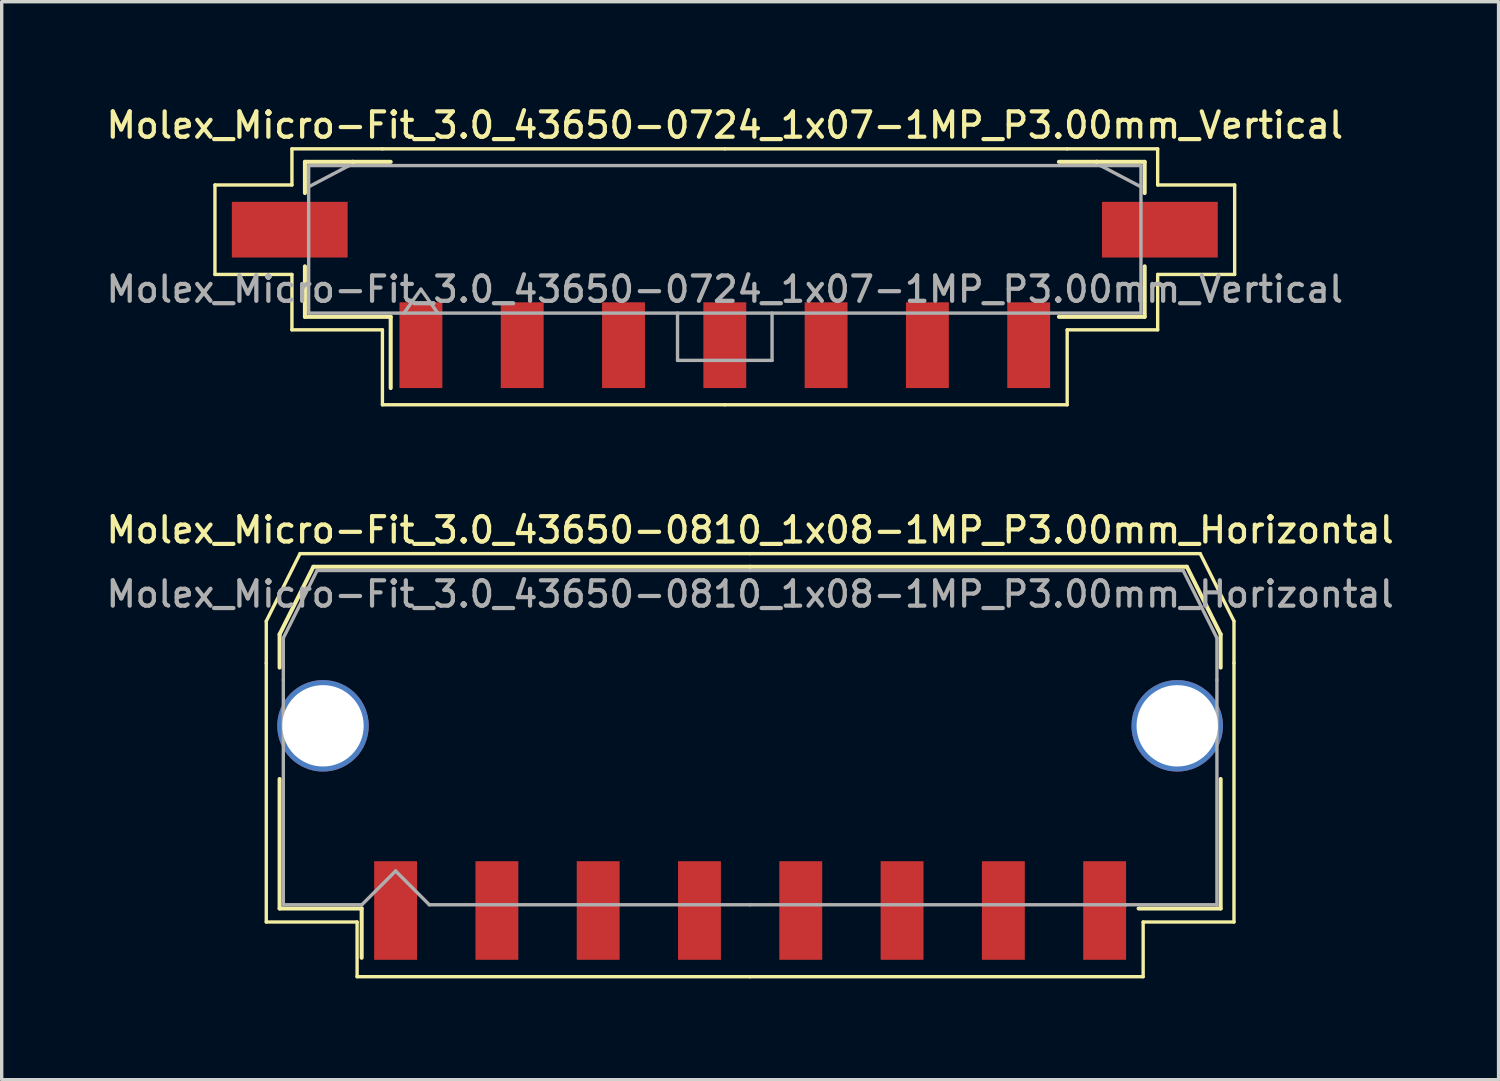
<source format=kicad_pcb>
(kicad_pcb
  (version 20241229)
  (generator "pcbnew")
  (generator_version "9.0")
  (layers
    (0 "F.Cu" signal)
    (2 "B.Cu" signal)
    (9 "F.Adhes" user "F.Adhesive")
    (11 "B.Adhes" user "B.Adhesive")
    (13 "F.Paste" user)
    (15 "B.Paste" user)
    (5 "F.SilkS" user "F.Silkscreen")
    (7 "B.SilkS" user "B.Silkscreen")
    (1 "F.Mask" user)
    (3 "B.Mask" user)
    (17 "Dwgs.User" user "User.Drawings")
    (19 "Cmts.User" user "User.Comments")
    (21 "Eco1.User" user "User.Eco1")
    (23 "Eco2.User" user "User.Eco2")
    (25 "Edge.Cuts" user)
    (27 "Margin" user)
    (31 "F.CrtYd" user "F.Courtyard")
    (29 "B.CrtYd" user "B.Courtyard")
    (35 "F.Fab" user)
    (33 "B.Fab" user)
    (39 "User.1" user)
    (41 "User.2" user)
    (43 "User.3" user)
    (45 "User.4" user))
  (footprint "Molex_Micro-Fit_3.0_43650-0810_1x08-1MP_P3.00mm_Horizontal"
    (layer "F.Cu")
    (at 19.166 18.796)
    (property "Reference" "Molex_Micro-Fit_3.0_43650-0810_1x08-1MP_P3.00mm_Horizontal" (at 0 -6.15 0) (layer "F.SilkS") (effects (font (size 0.75 0.75) (thickness 0.125))))
    (attr smd)
    (fp_line (start -14.33 -3.45) (end -14.33 -2.21) (stroke (width 0.1) (type solid)) (layer "F.SilkS"))
    (fp_line (start -14.33 -2.21) (end -14.33 5.46) (stroke (width 0.1) (type solid)) (layer "F.SilkS"))
    (fp_line (start -14.33 5.46) (end -11.64 5.46) (stroke (width 0.1) (type solid)) (layer "F.SilkS"))
    (fp_line (start -13.935 -3.06) (end -13.935 -2.075) (stroke (width 0.12) (type solid)) (layer "F.SilkS"))
    (fp_line (start -13.935 1.225) (end -13.935 5.06) (stroke (width 0.12) (type solid)) (layer "F.SilkS"))
    (fp_line (start -13.935 5.06) (end -11.505 5.06) (stroke (width 0.12) (type solid)) (layer "F.SilkS"))
    (fp_line (start -13.33 -5.45) (end -14.33 -3.45) (stroke (width 0.1) (type solid)) (layer "F.SilkS"))
    (fp_line (start -12.935 -5.06) (end -13.935 -3.06) (stroke (width 0.12) (type solid)) (layer "F.SilkS"))
    (fp_line (start -11.64 5.46) (end -11.64 7.08) (stroke (width 0.1) (type solid)) (layer "F.SilkS"))
    (fp_line (start -11.64 7.08) (end 0 7.08) (stroke (width 0.1) (type solid)) (layer "F.SilkS"))
    (fp_line (start -11.505 5.06) (end -11.505 6.52) (stroke (width 0.12) (type solid)) (layer "F.SilkS"))
    (fp_line (start 0 -5.45) (end -13.33 -5.45) (stroke (width 0.1) (type solid)) (layer "F.SilkS"))
    (fp_line (start 0 -5.45) (end 13.33 -5.45) (stroke (width 0.1) (type solid)) (layer "F.SilkS"))
    (fp_line (start 0 -5.06) (end -12.935 -5.06) (stroke (width 0.12) (type solid)) (layer "F.SilkS"))
    (fp_line (start 0 -5.06) (end 12.935 -5.06) (stroke (width 0.12) (type solid)) (layer "F.SilkS"))
    (fp_line (start 11.64 5.46) (end 11.64 7.08) (stroke (width 0.1) (type solid)) (layer "F.SilkS"))
    (fp_line (start 11.64 7.08) (end 0 7.08) (stroke (width 0.1) (type solid)) (layer "F.SilkS"))
    (fp_line (start 12.935 -5.06) (end 13.935 -3.06) (stroke (width 0.12) (type solid)) (layer "F.SilkS"))
    (fp_line (start 13.33 -5.45) (end 14.33 -3.45) (stroke (width 0.1) (type solid)) (layer "F.SilkS"))
    (fp_line (start 13.935 -3.06) (end 13.935 -2.075) (stroke (width 0.12) (type solid)) (layer "F.SilkS"))
    (fp_line (start 13.935 1.225) (end 13.935 5.06) (stroke (width 0.12) (type solid)) (layer "F.SilkS"))
    (fp_line (start 13.935 5.06) (end 11.505 5.06) (stroke (width 0.12) (type solid)) (layer "F.SilkS"))
    (fp_line (start 14.33 -3.45) (end 14.33 -2.21) (stroke (width 0.1) (type solid)) (layer "F.SilkS"))
    (fp_line (start 14.33 -2.21) (end 14.33 5.46) (stroke (width 0.1) (type solid)) (layer "F.SilkS"))
    (fp_line (start 14.33 5.46) (end 11.64 5.46) (stroke (width 0.1) (type solid)) (layer "F.SilkS"))
    (fp_line (start -13.825 -2.95) (end -13.825 -1.705) (stroke (width 0.1) (type solid)) (layer "F.Fab"))
    (fp_line (start -13.825 -1.705) (end -13.825 4.95) (stroke (width 0.1) (type solid)) (layer "F.Fab"))
    (fp_line (start -13.825 4.95) (end -11.5 4.95) (stroke (width 0.1) (type solid)) (layer "F.Fab"))
    (fp_line (start -12.825 -4.95) (end -13.825 -2.95) (stroke (width 0.1) (type solid)) (layer "F.Fab"))
    (fp_line (start -11.5 4.95) (end -10.5 3.95) (stroke (width 0.1) (type solid)) (layer "F.Fab"))
    (fp_line (start -10.5 3.95) (end -9.5 4.95) (stroke (width 0.1) (type solid)) (layer "F.Fab"))
    (fp_line (start -9.5 4.95) (end 0 4.95) (stroke (width 0.1) (type solid)) (layer "F.Fab"))
    (fp_line (start 0 -4.95) (end -12.825 -4.95) (stroke (width 0.1) (type solid)) (layer "F.Fab"))
    (fp_line (start 0 -4.95) (end 12.825 -4.95) (stroke (width 0.1) (type solid)) (layer "F.Fab"))
    (fp_line (start 11.135 4.95) (end 0 4.95) (stroke (width 0.1) (type solid)) (layer "F.Fab"))
    (fp_line (start 12.825 -4.95) (end 13.825 -2.95) (stroke (width 0.1) (type solid)) (layer "F.Fab"))
    (fp_line (start 13.825 -2.95) (end 13.825 -1.705) (stroke (width 0.1) (type solid)) (layer "F.Fab"))
    (fp_line (start 13.825 -1.705) (end 13.825 4.95) (stroke (width 0.1) (type solid)) (layer "F.Fab"))
    (fp_line (start 13.825 4.95) (end 11.135 4.95) (stroke (width 0.1) (type solid)) (layer "F.Fab"))
    (fp_text user "${REFERENCE}" (at 0 -4.25 0) (layer "F.Fab") (effects (font (size 0.75 0.75) (thickness 0.125))))
    (pad "1" smd rect (at -10.5 5.12) (size 1.27 2.92) (layers "F.Cu" "F.Mask" "F.Paste"))
    (pad "2" smd rect (at -7.5 5.12) (size 1.27 2.92) (layers "F.Cu" "F.Mask" "F.Paste"))
    (pad "3" smd rect (at -4.5 5.12) (size 1.27 2.92) (layers "F.Cu" "F.Mask" "F.Paste"))
    (pad "4" smd rect (at -1.5 5.12) (size 1.27 2.92) (layers "F.Cu" "F.Mask" "F.Paste"))
    (pad "5" smd rect (at 1.5 5.12) (size 1.27 2.92) (layers "F.Cu" "F.Mask" "F.Paste"))
    (pad "6" smd rect (at 4.5 5.12) (size 1.27 2.92) (layers "F.Cu" "F.Mask" "F.Paste"))
    (pad "7" smd rect (at 7.5 5.12) (size 1.27 2.92) (layers "F.Cu" "F.Mask" "F.Paste"))
    (pad "8" smd rect (at 10.5 5.12) (size 1.27 2.92) (layers "F.Cu" "F.Mask" "F.Paste"))
    (pad "MP" thru_hole circle (at -12.65 -0.35) (size 2.71 2.71) (drill 2.41) (property pad_prop_heatsink) (layers "*.Cu" "*.Mask"))
    (pad "MP" thru_hole circle (at 12.65 -0.35) (size 2.71 2.71) (drill 2.41) (property pad_prop_heatsink) (layers "*.Cu" "*.Mask")))
  (footprint "Molex_Micro-Fit_3.0_43650-0724_1x07-1MP_P3.00mm_Vertical"
    (layer "F.Cu")
    (at 18.416 4.038)
    (property "Reference" "Molex_Micro-Fit_3.0_43650-0724_1x07-1MP_P3.00mm_Vertical" (at 0 -3.38 0) (layer "F.SilkS") (effects (font (size 0.75 0.75) (thickness 0.125))))
    (attr smd)
    (fp_line (start -15.1 -1.61) (end -15.1 1.04) (stroke (width 0.1) (type solid)) (layer "F.SilkS"))
    (fp_line (start -15.1 1.04) (end -12.82 1.04) (stroke (width 0.1) (type solid)) (layer "F.SilkS"))
    (fp_line (start -12.82 -2.68) (end -12.82 -1.61) (stroke (width 0.1) (type solid)) (layer "F.SilkS"))
    (fp_line (start -12.82 -1.61) (end -15.1 -1.61) (stroke (width 0.1) (type solid)) (layer "F.SilkS"))
    (fp_line (start -12.82 1.04) (end -12.82 2.68) (stroke (width 0.1) (type solid)) (layer "F.SilkS"))
    (fp_line (start -12.82 2.68) (end -10.14 2.68) (stroke (width 0.1) (type solid)) (layer "F.SilkS"))
    (fp_line (start -12.435 -2.295) (end -11.015 -2.295) (stroke (width 0.12) (type solid)) (layer "F.SilkS"))
    (fp_line (start -12.435 -1.37) (end -12.435 -2.295) (stroke (width 0.12) (type solid)) (layer "F.SilkS"))
    (fp_line (start -12.435 0.8) (end -12.435 2.295) (stroke (width 0.12) (type solid)) (layer "F.SilkS"))
    (fp_line (start -12.435 2.295) (end -9.895 2.295) (stroke (width 0.12) (type solid)) (layer "F.SilkS"))
    (fp_line (start -11.015 -2.295) (end -11.015 -2.295) (stroke (width 0.12) (type solid)) (layer "F.SilkS"))
    (fp_line (start -11.015 -2.295) (end -9.895 -2.295) (stroke (width 0.12) (type solid)) (layer "F.SilkS"))
    (fp_line (start -10.14 -2.68) (end -12.82 -2.68) (stroke (width 0.1) (type solid)) (layer "F.SilkS"))
    (fp_line (start -10.14 2.68) (end -10.14 4.9) (stroke (width 0.1) (type solid)) (layer "F.SilkS"))
    (fp_line (start -10.14 4.9) (end 0 4.9) (stroke (width 0.1) (type solid)) (layer "F.SilkS"))
    (fp_line (start -9.895 2.295) (end -9.895 4.405) (stroke (width 0.12) (type solid)) (layer "F.SilkS"))
    (fp_line (start 0 -2.68) (end -10.14 -2.68) (stroke (width 0.1) (type solid)) (layer "F.SilkS"))
    (fp_line (start 0 -2.68) (end 10.14 -2.68) (stroke (width 0.1) (type solid)) (layer "F.SilkS"))
    (fp_line (start 10.14 -2.68) (end 12.82 -2.68) (stroke (width 0.1) (type solid)) (layer "F.SilkS"))
    (fp_line (start 10.14 2.68) (end 10.14 4.9) (stroke (width 0.1) (type solid)) (layer "F.SilkS"))
    (fp_line (start 10.14 4.9) (end 0 4.9) (stroke (width 0.1) (type solid)) (layer "F.SilkS"))
    (fp_line (start 11.015 -2.295) (end 9.895 -2.295) (stroke (width 0.12) (type solid)) (layer "F.SilkS"))
    (fp_line (start 11.015 -2.295) (end 11.015 -2.295) (stroke (width 0.12) (type solid)) (layer "F.SilkS"))
    (fp_line (start 12.435 -2.295) (end 11.015 -2.295) (stroke (width 0.12) (type solid)) (layer "F.SilkS"))
    (fp_line (start 12.435 -1.37) (end 12.435 -2.295) (stroke (width 0.12) (type solid)) (layer "F.SilkS"))
    (fp_line (start 12.435 0.8) (end 12.435 2.295) (stroke (width 0.12) (type solid)) (layer "F.SilkS"))
    (fp_line (start 12.435 2.295) (end 9.895 2.295) (stroke (width 0.12) (type solid)) (layer "F.SilkS"))
    (fp_line (start 12.82 -2.68) (end 12.82 -1.61) (stroke (width 0.1) (type solid)) (layer "F.SilkS"))
    (fp_line (start 12.82 -1.61) (end 15.1 -1.61) (stroke (width 0.1) (type solid)) (layer "F.SilkS"))
    (fp_line (start 12.82 1.04) (end 12.82 2.68) (stroke (width 0.1) (type solid)) (layer "F.SilkS"))
    (fp_line (start 12.82 2.68) (end 10.14 2.68) (stroke (width 0.1) (type solid)) (layer "F.SilkS"))
    (fp_line (start 15.1 -1.61) (end 15.1 1.04) (stroke (width 0.1) (type solid)) (layer "F.SilkS"))
    (fp_line (start 15.1 1.04) (end 12.82 1.04) (stroke (width 0.1) (type solid)) (layer "F.SilkS"))
    (fp_line (start -12.325 -2.185) (end -12.325 2.185) (stroke (width 0.1) (type solid)) (layer "F.Fab"))
    (fp_line (start -12.325 -1.555) (end -11.125 -2.185) (stroke (width 0.1) (type solid)) (layer "F.Fab"))
    (fp_line (start -12.325 2.185) (end 12.325 2.185) (stroke (width 0.1) (type solid)) (layer "F.Fab"))
    (fp_line (start -11.125 -2.185) (end -12.325 -2.185) (stroke (width 0.1) (type solid)) (layer "F.Fab"))
    (fp_line (start -11.125 -2.185) (end -11.125 -2.185) (stroke (width 0.1) (type solid)) (layer "F.Fab"))
    (fp_line (start -9.5 2.185) (end -9 1.478) (stroke (width 0.1) (type solid)) (layer "F.Fab"))
    (fp_line (start -9 1.478) (end -8.5 2.185) (stroke (width 0.1) (type solid)) (layer "F.Fab"))
    (fp_line (start -1.4 2.185) (end -1.4 3.585) (stroke (width 0.1) (type solid)) (layer "F.Fab"))
    (fp_line (start -1.4 3.585) (end 1.4 3.585) (stroke (width 0.1) (type solid)) (layer "F.Fab"))
    (fp_line (start 1.4 3.585) (end 1.4 2.185) (stroke (width 0.1) (type solid)) (layer "F.Fab"))
    (fp_line (start 11.125 -2.185) (end -11.125 -2.185) (stroke (width 0.1) (type solid)) (layer "F.Fab"))
    (fp_line (start 11.125 -2.185) (end 11.125 -2.185) (stroke (width 0.1) (type solid)) (layer "F.Fab"))
    (fp_line (start 12.325 -2.185) (end 11.125 -2.185) (stroke (width 0.1) (type solid)) (layer "F.Fab"))
    (fp_line (start 12.325 -1.555) (end 11.125 -2.185) (stroke (width 0.1) (type solid)) (layer "F.Fab"))
    (fp_line (start 12.325 2.185) (end 12.325 -2.185) (stroke (width 0.1) (type solid)) (layer "F.Fab"))
    (fp_text user "${REFERENCE}" (at 0 1.48 0) (layer "F.Fab") (effects (font (size 0.75 0.75) (thickness 0.125))))
    (pad "1" smd rect (at -9 3.135) (size 1.27 2.54) (layers "F.Cu" "F.Mask" "F.Paste"))
    (pad "2" smd rect (at -6 3.135) (size 1.27 2.54) (layers "F.Cu" "F.Mask" "F.Paste"))
    (pad "3" smd rect (at -3 3.135) (size 1.27 2.54) (layers "F.Cu" "F.Mask" "F.Paste"))
    (pad "4" smd rect (at 0 3.135) (size 1.27 2.54) (layers "F.Cu" "F.Mask" "F.Paste"))
    (pad "5" smd rect (at 3 3.135) (size 1.27 2.54) (layers "F.Cu" "F.Mask" "F.Paste"))
    (pad "6" smd rect (at 6 3.135) (size 1.27 2.54) (layers "F.Cu" "F.Mask" "F.Paste"))
    (pad "7" smd rect (at 9 3.135) (size 1.27 2.54) (layers "F.Cu" "F.Mask" "F.Paste"))
    (pad "MP" smd rect (at -12.885 -0.285) (size 3.43 1.65) (layers "F.Cu" "F.Mask" "F.Paste"))
    (pad "MP" smd rect (at 12.885 -0.285) (size 3.43 1.65) (layers "F.Cu" "F.Mask" "F.Paste")))
  (gr_rect
    (start -3 -3)
    (end 41.332 28.926)
    (stroke (width 0.1) (type default))
    (fill no)
    (layer "Edge.Cuts")))
</source>
